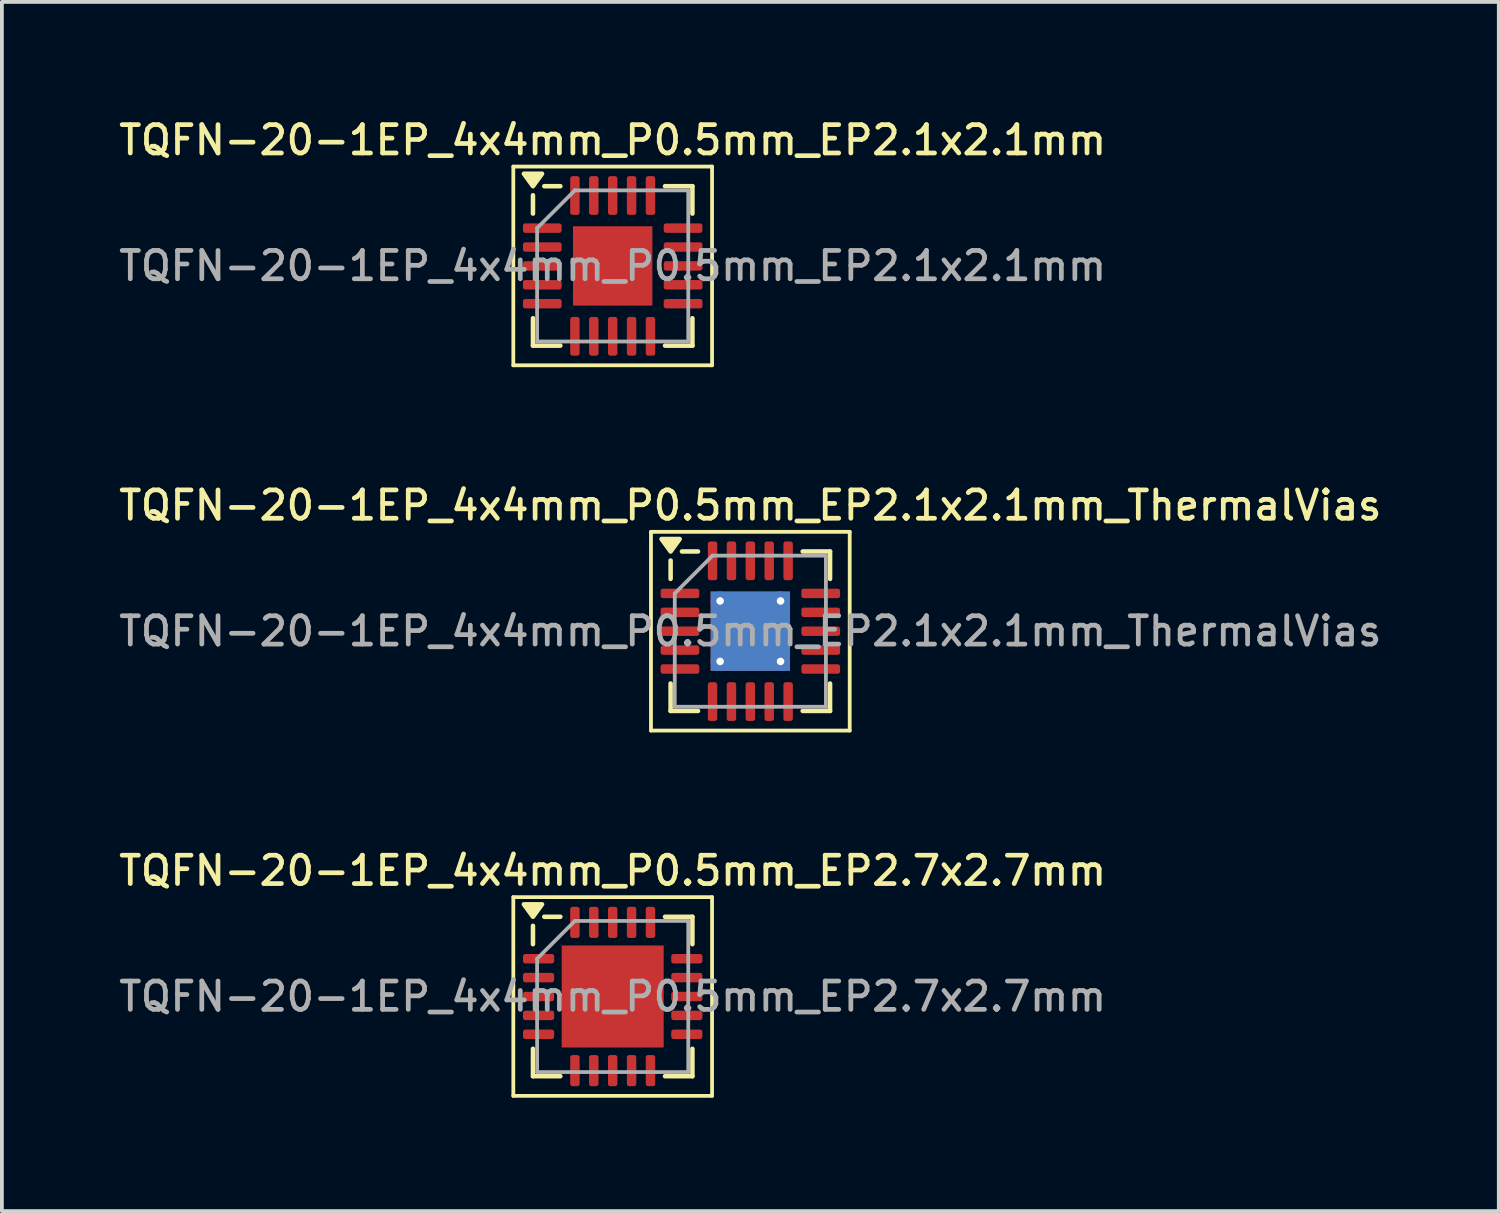
<source format=kicad_pcb>
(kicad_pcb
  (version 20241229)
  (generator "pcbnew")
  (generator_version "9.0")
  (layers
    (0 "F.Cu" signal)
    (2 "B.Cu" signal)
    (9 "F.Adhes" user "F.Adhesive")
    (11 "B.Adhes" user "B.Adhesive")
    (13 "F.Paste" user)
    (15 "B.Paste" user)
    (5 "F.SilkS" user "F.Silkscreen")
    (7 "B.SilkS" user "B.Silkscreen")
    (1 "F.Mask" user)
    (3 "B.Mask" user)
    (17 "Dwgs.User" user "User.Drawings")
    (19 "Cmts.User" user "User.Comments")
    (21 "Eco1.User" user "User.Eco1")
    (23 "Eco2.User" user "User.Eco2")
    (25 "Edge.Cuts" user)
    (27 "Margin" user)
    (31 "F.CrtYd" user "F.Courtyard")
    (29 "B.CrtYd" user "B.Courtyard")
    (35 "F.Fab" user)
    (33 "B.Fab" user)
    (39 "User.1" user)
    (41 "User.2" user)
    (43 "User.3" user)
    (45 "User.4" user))
  (footprint "TQFN-20-1EP_4x4mm_P0.5mm_EP2.7x2.7mm"
    (layer "F.Cu")
    (at 13.166 23.324)
    (property "Reference" "TQFN-20-1EP_4x4mm_P0.5mm_EP2.7x2.7mm" (at 0 -3.33 0) (layer "F.SilkS") (effects (font (size 0.75 0.75) (thickness 0.125))))
    (attr smd)
    (fp_line (start -2.63 -2.63) (end -2.63 2.63) (stroke (width 0.1) (type solid)) (layer "F.SilkS"))
    (fp_line (start -2.63 2.63) (end 2.63 2.63) (stroke (width 0.1) (type solid)) (layer "F.SilkS"))
    (fp_line (start -2.11 -1.385) (end -2.11 -1.87) (stroke (width 0.12) (type solid)) (layer "F.SilkS"))
    (fp_line (start -2.11 2.11) (end -2.11 1.385) (stroke (width 0.12) (type solid)) (layer "F.SilkS"))
    (fp_line (start -1.385 -2.11) (end -1.81 -2.11) (stroke (width 0.12) (type solid)) (layer "F.SilkS"))
    (fp_line (start -1.385 2.11) (end -2.11 2.11) (stroke (width 0.12) (type solid)) (layer "F.SilkS"))
    (fp_line (start 1.385 -2.11) (end 2.11 -2.11) (stroke (width 0.12) (type solid)) (layer "F.SilkS"))
    (fp_line (start 1.385 2.11) (end 2.11 2.11) (stroke (width 0.12) (type solid)) (layer "F.SilkS"))
    (fp_line (start 2.11 -2.11) (end 2.11 -1.385) (stroke (width 0.12) (type solid)) (layer "F.SilkS"))
    (fp_line (start 2.11 2.11) (end 2.11 1.385) (stroke (width 0.12) (type solid)) (layer "F.SilkS"))
    (fp_line (start 2.63 -2.63) (end -2.63 -2.63) (stroke (width 0.1) (type solid)) (layer "F.SilkS"))
    (fp_line (start 2.63 2.63) (end 2.63 -2.63) (stroke (width 0.1) (type solid)) (layer "F.SilkS"))
    (fp_poly (pts (xy -2.11 -2.11) (xy -2.35 -2.44) (xy -1.87 -2.44) (xy -2.11 -2.11)) (stroke (width 0.12) (type solid)) (fill yes) (layer "F.SilkS"))
    (fp_line (start -2 -1) (end -1 -2) (stroke (width 0.1) (type solid)) (layer "F.Fab"))
    (fp_line (start -2 2) (end -2 -1) (stroke (width 0.1) (type solid)) (layer "F.Fab"))
    (fp_line (start -1 -2) (end 2 -2) (stroke (width 0.1) (type solid)) (layer "F.Fab"))
    (fp_line (start 2 -2) (end 2 2) (stroke (width 0.1) (type solid)) (layer "F.Fab"))
    (fp_line (start 2 2) (end -2 2) (stroke (width 0.1) (type solid)) (layer "F.Fab"))
    (fp_text user "${REFERENCE}" (at 0 0 0) (layer "F.Fab") (effects (font (size 0.75 0.75) (thickness 0.125))))
    (pad "" smd roundrect (at -0.675 -0.675) (size 1.09 1.09) (layers "F.Paste") (roundrect_rratio 0.229))
    (pad "" smd roundrect (at -0.675 0.675) (size 1.09 1.09) (layers "F.Paste") (roundrect_rratio 0.229))
    (pad "" smd roundrect (at 0.675 -0.675) (size 1.09 1.09) (layers "F.Paste") (roundrect_rratio 0.229))
    (pad "" smd roundrect (at 0.675 0.675) (size 1.09 1.09) (layers "F.Paste") (roundrect_rratio 0.229))
    (pad "1" smd roundrect (at -1.962 -1) (size 0.825 0.25) (layers "F.Cu" "F.Mask" "F.Paste") (roundrect_rratio 0.25))
    (pad "2" smd roundrect (at -1.962 -0.5) (size 0.825 0.25) (layers "F.Cu" "F.Mask" "F.Paste") (roundrect_rratio 0.25))
    (pad "3" smd roundrect (at -1.962 0) (size 0.825 0.25) (layers "F.Cu" "F.Mask" "F.Paste") (roundrect_rratio 0.25))
    (pad "4" smd roundrect (at -1.962 0.5) (size 0.825 0.25) (layers "F.Cu" "F.Mask" "F.Paste") (roundrect_rratio 0.25))
    (pad "5" smd roundrect (at -1.962 1) (size 0.825 0.25) (layers "F.Cu" "F.Mask" "F.Paste") (roundrect_rratio 0.25))
    (pad "6" smd roundrect (at -1 1.962) (size 0.25 0.825) (layers "F.Cu" "F.Mask" "F.Paste") (roundrect_rratio 0.25))
    (pad "7" smd roundrect (at -0.5 1.962) (size 0.25 0.825) (layers "F.Cu" "F.Mask" "F.Paste") (roundrect_rratio 0.25))
    (pad "8" smd roundrect (at 0 1.962) (size 0.25 0.825) (layers "F.Cu" "F.Mask" "F.Paste") (roundrect_rratio 0.25))
    (pad "9" smd roundrect (at 0.5 1.962) (size 0.25 0.825) (layers "F.Cu" "F.Mask" "F.Paste") (roundrect_rratio 0.25))
    (pad "10" smd roundrect (at 1 1.962) (size 0.25 0.825) (layers "F.Cu" "F.Mask" "F.Paste") (roundrect_rratio 0.25))
    (pad "11" smd roundrect (at 1.962 1) (size 0.825 0.25) (layers "F.Cu" "F.Mask" "F.Paste") (roundrect_rratio 0.25))
    (pad "12" smd roundrect (at 1.962 0.5) (size 0.825 0.25) (layers "F.Cu" "F.Mask" "F.Paste") (roundrect_rratio 0.25))
    (pad "13" smd roundrect (at 1.962 0) (size 0.825 0.25) (layers "F.Cu" "F.Mask" "F.Paste") (roundrect_rratio 0.25))
    (pad "14" smd roundrect (at 1.962 -0.5) (size 0.825 0.25) (layers "F.Cu" "F.Mask" "F.Paste") (roundrect_rratio 0.25))
    (pad "15" smd roundrect (at 1.962 -1) (size 0.825 0.25) (layers "F.Cu" "F.Mask" "F.Paste") (roundrect_rratio 0.25))
    (pad "16" smd roundrect (at 1 -1.962) (size 0.25 0.825) (layers "F.Cu" "F.Mask" "F.Paste") (roundrect_rratio 0.25))
    (pad "17" smd roundrect (at 0.5 -1.962) (size 0.25 0.825) (layers "F.Cu" "F.Mask" "F.Paste") (roundrect_rratio 0.25))
    (pad "18" smd roundrect (at 0 -1.962) (size 0.25 0.825) (layers "F.Cu" "F.Mask" "F.Paste") (roundrect_rratio 0.25))
    (pad "19" smd roundrect (at -0.5 -1.962) (size 0.25 0.825) (layers "F.Cu" "F.Mask" "F.Paste") (roundrect_rratio 0.25))
    (pad "20" smd roundrect (at -1 -1.962) (size 0.25 0.825) (layers "F.Cu" "F.Mask" "F.Paste") (roundrect_rratio 0.25))
    (pad "21" smd rect (at 0 0) (size 2.7 2.7) (property pad_prop_heatsink) (layers "F.Cu" "F.Mask")))
  (footprint "TQFN-20-1EP_4x4mm_P0.5mm_EP2.1x2.1mm_ThermalVias"
    (layer "F.Cu")
    (at 16.809 13.656)
    (property "Reference" "TQFN-20-1EP_4x4mm_P0.5mm_EP2.1x2.1mm_ThermalVias" (at 0 -3.33 0) (layer "F.SilkS") (effects (font (size 0.75 0.75) (thickness 0.125))))
    (attr smd)
    (fp_line (start -2.63 -2.63) (end -2.63 2.63) (stroke (width 0.1) (type solid)) (layer "F.SilkS"))
    (fp_line (start -2.63 2.63) (end 2.63 2.63) (stroke (width 0.1) (type solid)) (layer "F.SilkS"))
    (fp_line (start -2.11 -1.385) (end -2.11 -1.87) (stroke (width 0.12) (type solid)) (layer "F.SilkS"))
    (fp_line (start -2.11 2.11) (end -2.11 1.385) (stroke (width 0.12) (type solid)) (layer "F.SilkS"))
    (fp_line (start -1.385 -2.11) (end -1.81 -2.11) (stroke (width 0.12) (type solid)) (layer "F.SilkS"))
    (fp_line (start -1.385 2.11) (end -2.11 2.11) (stroke (width 0.12) (type solid)) (layer "F.SilkS"))
    (fp_line (start 1.385 -2.11) (end 2.11 -2.11) (stroke (width 0.12) (type solid)) (layer "F.SilkS"))
    (fp_line (start 1.385 2.11) (end 2.11 2.11) (stroke (width 0.12) (type solid)) (layer "F.SilkS"))
    (fp_line (start 2.11 -2.11) (end 2.11 -1.385) (stroke (width 0.12) (type solid)) (layer "F.SilkS"))
    (fp_line (start 2.11 2.11) (end 2.11 1.385) (stroke (width 0.12) (type solid)) (layer "F.SilkS"))
    (fp_line (start 2.63 -2.63) (end -2.63 -2.63) (stroke (width 0.1) (type solid)) (layer "F.SilkS"))
    (fp_line (start 2.63 2.63) (end 2.63 -2.63) (stroke (width 0.1) (type solid)) (layer "F.SilkS"))
    (fp_poly (pts (xy -2.11 -2.11) (xy -2.35 -2.44) (xy -1.87 -2.44) (xy -2.11 -2.11)) (stroke (width 0.12) (type solid)) (fill yes) (layer "F.SilkS"))
    (fp_line (start -2 -1) (end -1 -2) (stroke (width 0.1) (type solid)) (layer "F.Fab"))
    (fp_line (start -2 2) (end -2 -1) (stroke (width 0.1) (type solid)) (layer "F.Fab"))
    (fp_line (start -1 -2) (end 2 -2) (stroke (width 0.1) (type solid)) (layer "F.Fab"))
    (fp_line (start 2 -2) (end 2 2) (stroke (width 0.1) (type solid)) (layer "F.Fab"))
    (fp_line (start 2 2) (end -2 2) (stroke (width 0.1) (type solid)) (layer "F.Fab"))
    (fp_text user "${REFERENCE}" (at 0 0 0) (layer "F.Fab") (effects (font (size 0.75 0.75) (thickness 0.125))))
    (pad "" smd roundrect (at -0.525 -0.525) (size 0.91 0.91) (layers "F.Paste") (roundrect_rratio 0.25))
    (pad "" smd roundrect (at -0.525 0.525) (size 0.91 0.91) (layers "F.Paste") (roundrect_rratio 0.25))
    (pad "" smd roundrect (at 0.525 -0.525) (size 0.91 0.91) (layers "F.Paste") (roundrect_rratio 0.25))
    (pad "" smd roundrect (at 0.525 0.525) (size 0.91 0.91) (layers "F.Paste") (roundrect_rratio 0.25))
    (pad "1" smd roundrect (at -1.863 -1) (size 1.025 0.25) (layers "F.Cu" "F.Mask" "F.Paste") (roundrect_rratio 0.25))
    (pad "2" smd roundrect (at -1.863 -0.5) (size 1.025 0.25) (layers "F.Cu" "F.Mask" "F.Paste") (roundrect_rratio 0.25))
    (pad "3" smd roundrect (at -1.863 0) (size 1.025 0.25) (layers "F.Cu" "F.Mask" "F.Paste") (roundrect_rratio 0.25))
    (pad "4" smd roundrect (at -1.863 0.5) (size 1.025 0.25) (layers "F.Cu" "F.Mask" "F.Paste") (roundrect_rratio 0.25))
    (pad "5" smd roundrect (at -1.863 1) (size 1.025 0.25) (layers "F.Cu" "F.Mask" "F.Paste") (roundrect_rratio 0.25))
    (pad "6" smd roundrect (at -1 1.863) (size 0.25 1.025) (layers "F.Cu" "F.Mask" "F.Paste") (roundrect_rratio 0.25))
    (pad "7" smd roundrect (at -0.5 1.863) (size 0.25 1.025) (layers "F.Cu" "F.Mask" "F.Paste") (roundrect_rratio 0.25))
    (pad "8" smd roundrect (at 0 1.863) (size 0.25 1.025) (layers "F.Cu" "F.Mask" "F.Paste") (roundrect_rratio 0.25))
    (pad "9" smd roundrect (at 0.5 1.863) (size 0.25 1.025) (layers "F.Cu" "F.Mask" "F.Paste") (roundrect_rratio 0.25))
    (pad "10" smd roundrect (at 1 1.863) (size 0.25 1.025) (layers "F.Cu" "F.Mask" "F.Paste") (roundrect_rratio 0.25))
    (pad "11" smd roundrect (at 1.863 1) (size 1.025 0.25) (layers "F.Cu" "F.Mask" "F.Paste") (roundrect_rratio 0.25))
    (pad "12" smd roundrect (at 1.863 0.5) (size 1.025 0.25) (layers "F.Cu" "F.Mask" "F.Paste") (roundrect_rratio 0.25))
    (pad "13" smd roundrect (at 1.863 0) (size 1.025 0.25) (layers "F.Cu" "F.Mask" "F.Paste") (roundrect_rratio 0.25))
    (pad "14" smd roundrect (at 1.863 -0.5) (size 1.025 0.25) (layers "F.Cu" "F.Mask" "F.Paste") (roundrect_rratio 0.25))
    (pad "15" smd roundrect (at 1.863 -1) (size 1.025 0.25) (layers "F.Cu" "F.Mask" "F.Paste") (roundrect_rratio 0.25))
    (pad "16" smd roundrect (at 1 -1.863) (size 0.25 1.025) (layers "F.Cu" "F.Mask" "F.Paste") (roundrect_rratio 0.25))
    (pad "17" smd roundrect (at 0.5 -1.863) (size 0.25 1.025) (layers "F.Cu" "F.Mask" "F.Paste") (roundrect_rratio 0.25))
    (pad "18" smd roundrect (at 0 -1.863) (size 0.25 1.025) (layers "F.Cu" "F.Mask" "F.Paste") (roundrect_rratio 0.25))
    (pad "19" smd roundrect (at -0.5 -1.863) (size 0.25 1.025) (layers "F.Cu" "F.Mask" "F.Paste") (roundrect_rratio 0.25))
    (pad "20" smd roundrect (at -1 -1.863) (size 0.25 1.025) (layers "F.Cu" "F.Mask" "F.Paste") (roundrect_rratio 0.25))
    (pad "21" thru_hole circle (at -0.8 -0.8) (size 0.5 0.5) (drill 0.2) (property pad_prop_heatsink) (layers "*.Cu"))
    (pad "21" thru_hole circle (at -0.8 0.8) (size 0.5 0.5) (drill 0.2) (property pad_prop_heatsink) (layers "*.Cu"))
    (pad "21" smd rect (at 0 0) (size 2.1 2.1) (property pad_prop_heatsink) (layers "F.Cu" "F.Mask"))
    (pad "21" smd rect (at 0 0) (size 2.1 2.1) (property pad_prop_heatsink) (layers "B.Cu"))
    (pad "21" thru_hole circle (at 0.8 -0.8) (size 0.5 0.5) (drill 0.2) (property pad_prop_heatsink) (layers "*.Cu"))
    (pad "21" thru_hole circle (at 0.8 0.8) (size 0.5 0.5) (drill 0.2) (property pad_prop_heatsink) (layers "*.Cu")))
  (footprint "TQFN-20-1EP_4x4mm_P0.5mm_EP2.1x2.1mm"
    (layer "F.Cu")
    (at 13.166 3.988)
    (property "Reference" "TQFN-20-1EP_4x4mm_P0.5mm_EP2.1x2.1mm" (at 0 -3.33 0) (layer "F.SilkS") (effects (font (size 0.75 0.75) (thickness 0.125))))
    (attr smd)
    (fp_line (start -2.63 -2.63) (end -2.63 2.63) (stroke (width 0.1) (type solid)) (layer "F.SilkS"))
    (fp_line (start -2.63 2.63) (end 2.63 2.63) (stroke (width 0.1) (type solid)) (layer "F.SilkS"))
    (fp_line (start -2.11 -1.385) (end -2.11 -1.87) (stroke (width 0.12) (type solid)) (layer "F.SilkS"))
    (fp_line (start -2.11 2.11) (end -2.11 1.385) (stroke (width 0.12) (type solid)) (layer "F.SilkS"))
    (fp_line (start -1.385 -2.11) (end -1.81 -2.11) (stroke (width 0.12) (type solid)) (layer "F.SilkS"))
    (fp_line (start -1.385 2.11) (end -2.11 2.11) (stroke (width 0.12) (type solid)) (layer "F.SilkS"))
    (fp_line (start 1.385 -2.11) (end 2.11 -2.11) (stroke (width 0.12) (type solid)) (layer "F.SilkS"))
    (fp_line (start 1.385 2.11) (end 2.11 2.11) (stroke (width 0.12) (type solid)) (layer "F.SilkS"))
    (fp_line (start 2.11 -2.11) (end 2.11 -1.385) (stroke (width 0.12) (type solid)) (layer "F.SilkS"))
    (fp_line (start 2.11 2.11) (end 2.11 1.385) (stroke (width 0.12) (type solid)) (layer "F.SilkS"))
    (fp_line (start 2.63 -2.63) (end -2.63 -2.63) (stroke (width 0.1) (type solid)) (layer "F.SilkS"))
    (fp_line (start 2.63 2.63) (end 2.63 -2.63) (stroke (width 0.1) (type solid)) (layer "F.SilkS"))
    (fp_poly (pts (xy -2.11 -2.11) (xy -2.35 -2.44) (xy -1.87 -2.44) (xy -2.11 -2.11)) (stroke (width 0.12) (type solid)) (fill yes) (layer "F.SilkS"))
    (fp_line (start -2 -1) (end -1 -2) (stroke (width 0.1) (type solid)) (layer "F.Fab"))
    (fp_line (start -2 2) (end -2 -1) (stroke (width 0.1) (type solid)) (layer "F.Fab"))
    (fp_line (start -1 -2) (end 2 -2) (stroke (width 0.1) (type solid)) (layer "F.Fab"))
    (fp_line (start 2 -2) (end 2 2) (stroke (width 0.1) (type solid)) (layer "F.Fab"))
    (fp_line (start 2 2) (end -2 2) (stroke (width 0.1) (type solid)) (layer "F.Fab"))
    (fp_text user "${REFERENCE}" (at 0 0 0) (layer "F.Fab") (effects (font (size 0.75 0.75) (thickness 0.125))))
    (pad "" smd roundrect (at -0.525 -0.525) (size 0.85 0.85) (layers "F.Paste") (roundrect_rratio 0.25))
    (pad "" smd roundrect (at -0.525 0.525) (size 0.85 0.85) (layers "F.Paste") (roundrect_rratio 0.25))
    (pad "" smd roundrect (at 0.525 -0.525) (size 0.85 0.85) (layers "F.Paste") (roundrect_rratio 0.25))
    (pad "" smd roundrect (at 0.525 0.525) (size 0.85 0.85) (layers "F.Paste") (roundrect_rratio 0.25))
    (pad "1" smd roundrect (at -1.863 -1) (size 1.025 0.25) (layers "F.Cu" "F.Mask" "F.Paste") (roundrect_rratio 0.25))
    (pad "2" smd roundrect (at -1.863 -0.5) (size 1.025 0.25) (layers "F.Cu" "F.Mask" "F.Paste") (roundrect_rratio 0.25))
    (pad "3" smd roundrect (at -1.863 0) (size 1.025 0.25) (layers "F.Cu" "F.Mask" "F.Paste") (roundrect_rratio 0.25))
    (pad "4" smd roundrect (at -1.863 0.5) (size 1.025 0.25) (layers "F.Cu" "F.Mask" "F.Paste") (roundrect_rratio 0.25))
    (pad "5" smd roundrect (at -1.863 1) (size 1.025 0.25) (layers "F.Cu" "F.Mask" "F.Paste") (roundrect_rratio 0.25))
    (pad "6" smd roundrect (at -1 1.863) (size 0.25 1.025) (layers "F.Cu" "F.Mask" "F.Paste") (roundrect_rratio 0.25))
    (pad "7" smd roundrect (at -0.5 1.863) (size 0.25 1.025) (layers "F.Cu" "F.Mask" "F.Paste") (roundrect_rratio 0.25))
    (pad "8" smd roundrect (at 0 1.863) (size 0.25 1.025) (layers "F.Cu" "F.Mask" "F.Paste") (roundrect_rratio 0.25))
    (pad "9" smd roundrect (at 0.5 1.863) (size 0.25 1.025) (layers "F.Cu" "F.Mask" "F.Paste") (roundrect_rratio 0.25))
    (pad "10" smd roundrect (at 1 1.863) (size 0.25 1.025) (layers "F.Cu" "F.Mask" "F.Paste") (roundrect_rratio 0.25))
    (pad "11" smd roundrect (at 1.863 1) (size 1.025 0.25) (layers "F.Cu" "F.Mask" "F.Paste") (roundrect_rratio 0.25))
    (pad "12" smd roundrect (at 1.863 0.5) (size 1.025 0.25) (layers "F.Cu" "F.Mask" "F.Paste") (roundrect_rratio 0.25))
    (pad "13" smd roundrect (at 1.863 0) (size 1.025 0.25) (layers "F.Cu" "F.Mask" "F.Paste") (roundrect_rratio 0.25))
    (pad "14" smd roundrect (at 1.863 -0.5) (size 1.025 0.25) (layers "F.Cu" "F.Mask" "F.Paste") (roundrect_rratio 0.25))
    (pad "15" smd roundrect (at 1.863 -1) (size 1.025 0.25) (layers "F.Cu" "F.Mask" "F.Paste") (roundrect_rratio 0.25))
    (pad "16" smd roundrect (at 1 -1.863) (size 0.25 1.025) (layers "F.Cu" "F.Mask" "F.Paste") (roundrect_rratio 0.25))
    (pad "17" smd roundrect (at 0.5 -1.863) (size 0.25 1.025) (layers "F.Cu" "F.Mask" "F.Paste") (roundrect_rratio 0.25))
    (pad "18" smd roundrect (at 0 -1.863) (size 0.25 1.025) (layers "F.Cu" "F.Mask" "F.Paste") (roundrect_rratio 0.25))
    (pad "19" smd roundrect (at -0.5 -1.863) (size 0.25 1.025) (layers "F.Cu" "F.Mask" "F.Paste") (roundrect_rratio 0.25))
    (pad "20" smd roundrect (at -1 -1.863) (size 0.25 1.025) (layers "F.Cu" "F.Mask" "F.Paste") (roundrect_rratio 0.25))
    (pad "21" smd rect (at 0 0) (size 2.1 2.1) (property pad_prop_heatsink) (layers "F.Cu" "F.Mask")))
  (gr_rect
    (start -3 -3)
    (end 36.618 29.004)
    (stroke (width 0.1) (type default))
    (fill no)
    (layer "Edge.Cuts")))
</source>
